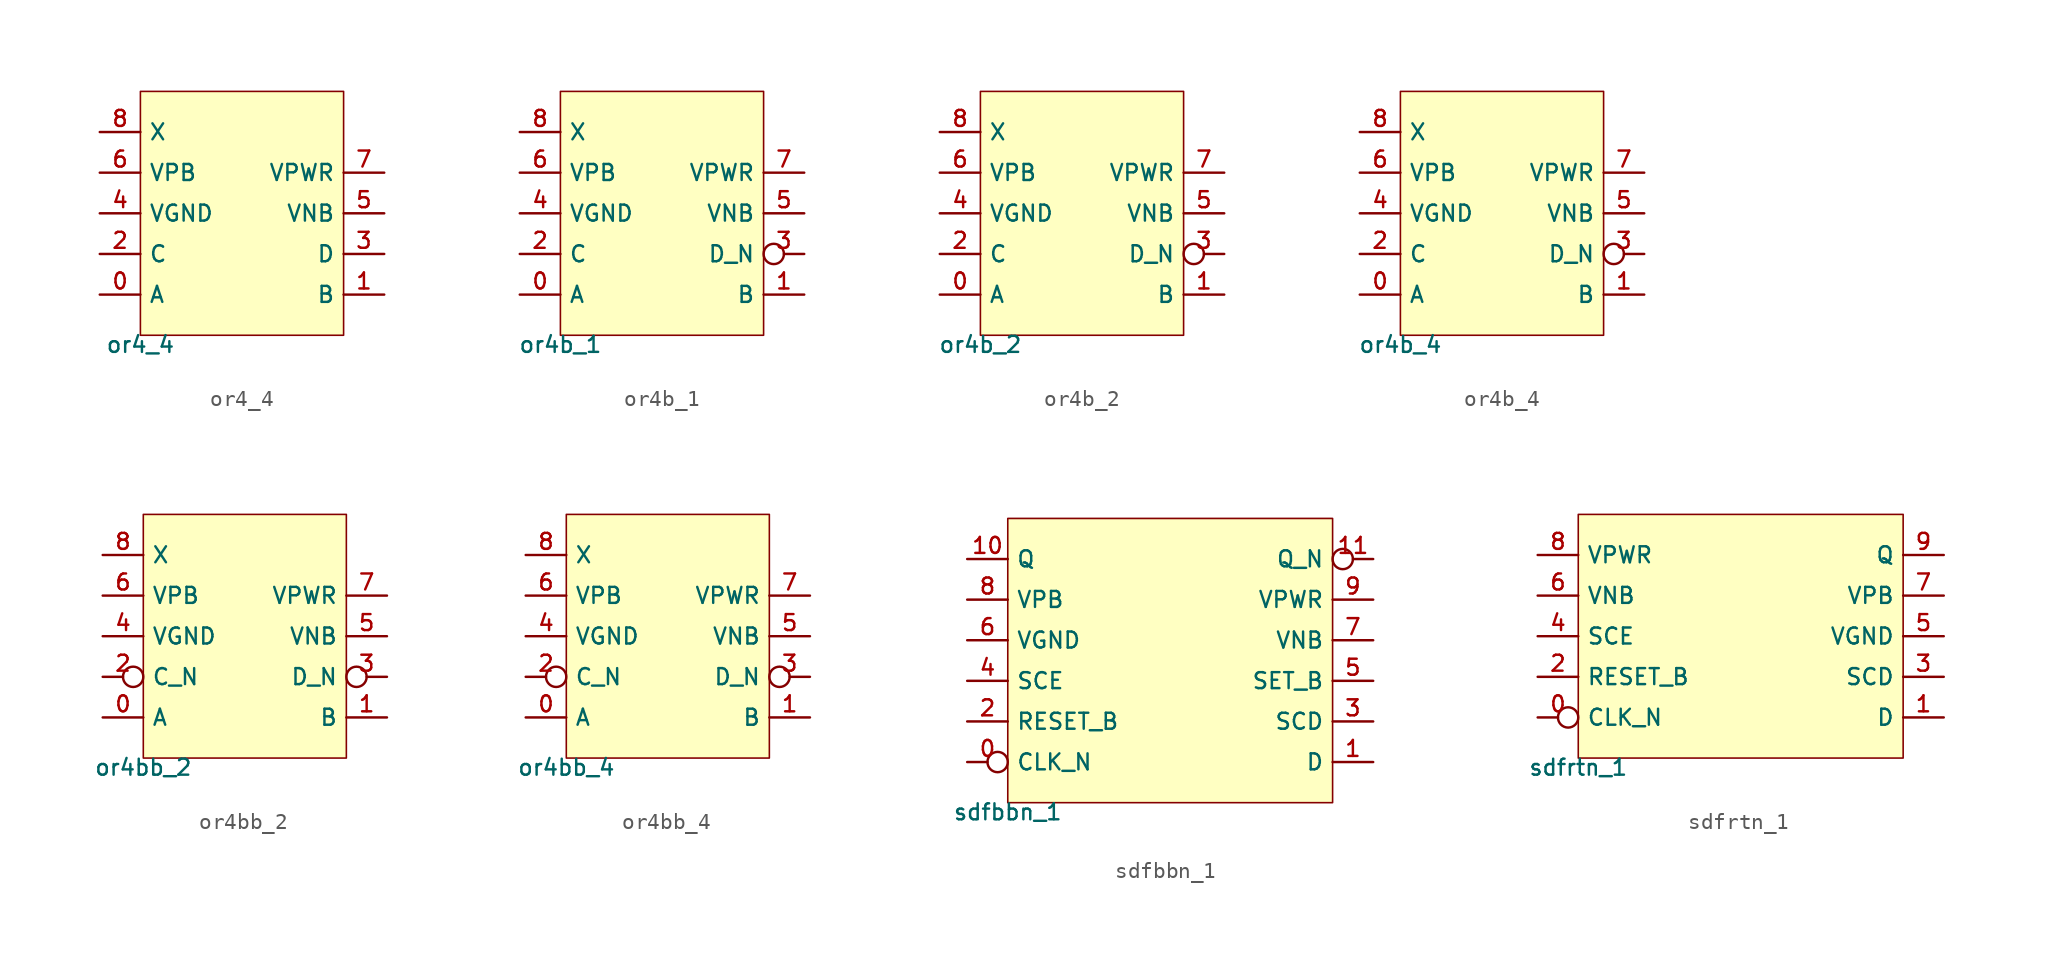
<source format=kicad_sym>
(kicad_symbol_lib
  (version 20211014)
  (generator pdk2kicad)
  (symbol "or4_4"
    (property "Reference" "X"
      (at 0 0 0)
      (effects (font (size 1 1)) hide))
    (property "Value" "or4_4"
      (at -6.35 -7.62 0)
      (effects (font (size 1 1)) (justify top)))
    (rectangle
      (start -6.35 -7.62)
      (end 6.35 7.62)
      (stroke (width 0.1) (type solid) (color 0 0 0 0))
      (fill (type background)))
    (pin bidirectional line
      (at -8.89 -5.08 0)
      (length 2.54)
      (name "A" (effects (font (size 1 1)) hide))
      (number "0" (effects (font (size 1 1)) hide)))
    (pin bidirectional line
      (at 8.89 -5.08 180)
      (length 2.54)
      (name "B" (effects (font (size 1 1)) hide))
      (number "1" (effects (font (size 1 1)) hide)))
    (pin bidirectional line
      (at -8.89 -2.54 0)
      (length 2.54)
      (name "C" (effects (font (size 1 1)) hide))
      (number "2" (effects (font (size 1 1)) hide)))
    (pin bidirectional line
      (at 8.89 -2.54 180)
      (length 2.54)
      (name "D" (effects (font (size 1 1)) hide))
      (number "3" (effects (font (size 1 1)) hide)))
    (pin bidirectional line
      (at -8.89 8.881784197001252e-16 0)
      (length 2.54)
      (name "VGND" (effects (font (size 1 1)) hide))
      (number "4" (effects (font (size 1 1)) hide)))
    (pin bidirectional line
      (at 8.89 8.881784197001252e-16 180)
      (length 2.54)
      (name "VNB" (effects (font (size 1 1)) hide))
      (number "5" (effects (font (size 1 1)) hide)))
    (pin bidirectional line
      (at -8.89 2.54 0)
      (length 2.54)
      (name "VPB" (effects (font (size 1 1)) hide))
      (number "6" (effects (font (size 1 1)) hide)))
    (pin bidirectional line
      (at 8.89 2.54 180)
      (length 2.54)
      (name "VPWR" (effects (font (size 1 1)) hide))
      (number "7" (effects (font (size 1 1)) hide)))
    (pin bidirectional line
      (at -8.89 5.08 0)
      (length 2.54)
      (name "X" (effects (font (size 1 1)) hide))
      (number "8" (effects (font (size 1 1)) hide))))
  (symbol "or4b_1"
    (property "Reference" "X"
      (at 0 0 0)
      (effects (font (size 1 1)) hide))
    (property "Value" "or4b_1"
      (at -6.35 -7.62 0)
      (effects (font (size 1 1)) (justify top)))
    (rectangle
      (start -6.35 -7.62)
      (end 6.35 7.62)
      (stroke (width 0.1) (type solid) (color 0 0 0 0))
      (fill (type background)))
    (pin bidirectional line
      (at -8.89 -5.08 0)
      (length 2.54)
      (name "A" (effects (font (size 1 1)) hide))
      (number "0" (effects (font (size 1 1)) hide)))
    (pin bidirectional line
      (at 8.89 -5.08 180)
      (length 2.54)
      (name "B" (effects (font (size 1 1)) hide))
      (number "1" (effects (font (size 1 1)) hide)))
    (pin bidirectional line
      (at -8.89 -2.54 0)
      (length 2.54)
      (name "C" (effects (font (size 1 1)) hide))
      (number "2" (effects (font (size 1 1)) hide)))
    (pin bidirectional inverted
      (at 8.89 -2.54 180)
      (length 2.54)
      (name "D_N" (effects (font (size 1 1)) hide))
      (number "3" (effects (font (size 1 1)) hide)))
    (pin bidirectional line
      (at -8.89 8.881784197001252e-16 0)
      (length 2.54)
      (name "VGND" (effects (font (size 1 1)) hide))
      (number "4" (effects (font (size 1 1)) hide)))
    (pin bidirectional line
      (at 8.89 8.881784197001252e-16 180)
      (length 2.54)
      (name "VNB" (effects (font (size 1 1)) hide))
      (number "5" (effects (font (size 1 1)) hide)))
    (pin bidirectional line
      (at -8.89 2.54 0)
      (length 2.54)
      (name "VPB" (effects (font (size 1 1)) hide))
      (number "6" (effects (font (size 1 1)) hide)))
    (pin bidirectional line
      (at 8.89 2.54 180)
      (length 2.54)
      (name "VPWR" (effects (font (size 1 1)) hide))
      (number "7" (effects (font (size 1 1)) hide)))
    (pin bidirectional line
      (at -8.89 5.08 0)
      (length 2.54)
      (name "X" (effects (font (size 1 1)) hide))
      (number "8" (effects (font (size 1 1)) hide))))
  (symbol "or4b_2"
    (property "Reference" "X"
      (at 0 0 0)
      (effects (font (size 1 1)) hide))
    (property "Value" "or4b_2"
      (at -6.35 -7.62 0)
      (effects (font (size 1 1)) (justify top)))
    (rectangle
      (start -6.35 -7.62)
      (end 6.35 7.62)
      (stroke (width 0.1) (type solid) (color 0 0 0 0))
      (fill (type background)))
    (pin bidirectional line
      (at -8.89 -5.08 0)
      (length 2.54)
      (name "A" (effects (font (size 1 1)) hide))
      (number "0" (effects (font (size 1 1)) hide)))
    (pin bidirectional line
      (at 8.89 -5.08 180)
      (length 2.54)
      (name "B" (effects (font (size 1 1)) hide))
      (number "1" (effects (font (size 1 1)) hide)))
    (pin bidirectional line
      (at -8.89 -2.54 0)
      (length 2.54)
      (name "C" (effects (font (size 1 1)) hide))
      (number "2" (effects (font (size 1 1)) hide)))
    (pin bidirectional inverted
      (at 8.89 -2.54 180)
      (length 2.54)
      (name "D_N" (effects (font (size 1 1)) hide))
      (number "3" (effects (font (size 1 1)) hide)))
    (pin bidirectional line
      (at -8.89 8.881784197001252e-16 0)
      (length 2.54)
      (name "VGND" (effects (font (size 1 1)) hide))
      (number "4" (effects (font (size 1 1)) hide)))
    (pin bidirectional line
      (at 8.89 8.881784197001252e-16 180)
      (length 2.54)
      (name "VNB" (effects (font (size 1 1)) hide))
      (number "5" (effects (font (size 1 1)) hide)))
    (pin bidirectional line
      (at -8.89 2.54 0)
      (length 2.54)
      (name "VPB" (effects (font (size 1 1)) hide))
      (number "6" (effects (font (size 1 1)) hide)))
    (pin bidirectional line
      (at 8.89 2.54 180)
      (length 2.54)
      (name "VPWR" (effects (font (size 1 1)) hide))
      (number "7" (effects (font (size 1 1)) hide)))
    (pin bidirectional line
      (at -8.89 5.08 0)
      (length 2.54)
      (name "X" (effects (font (size 1 1)) hide))
      (number "8" (effects (font (size 1 1)) hide))))
  (symbol "or4b_4"
    (property "Reference" "X"
      (at 0 0 0)
      (effects (font (size 1 1)) hide))
    (property "Value" "or4b_4"
      (at -6.35 -7.62 0)
      (effects (font (size 1 1)) (justify top)))
    (rectangle
      (start -6.35 -7.62)
      (end 6.35 7.62)
      (stroke (width 0.1) (type solid) (color 0 0 0 0))
      (fill (type background)))
    (pin bidirectional line
      (at -8.89 -5.08 0)
      (length 2.54)
      (name "A" (effects (font (size 1 1)) hide))
      (number "0" (effects (font (size 1 1)) hide)))
    (pin bidirectional line
      (at 8.89 -5.08 180)
      (length 2.54)
      (name "B" (effects (font (size 1 1)) hide))
      (number "1" (effects (font (size 1 1)) hide)))
    (pin bidirectional line
      (at -8.89 -2.54 0)
      (length 2.54)
      (name "C" (effects (font (size 1 1)) hide))
      (number "2" (effects (font (size 1 1)) hide)))
    (pin bidirectional inverted
      (at 8.89 -2.54 180)
      (length 2.54)
      (name "D_N" (effects (font (size 1 1)) hide))
      (number "3" (effects (font (size 1 1)) hide)))
    (pin bidirectional line
      (at -8.89 8.881784197001252e-16 0)
      (length 2.54)
      (name "VGND" (effects (font (size 1 1)) hide))
      (number "4" (effects (font (size 1 1)) hide)))
    (pin bidirectional line
      (at 8.89 8.881784197001252e-16 180)
      (length 2.54)
      (name "VNB" (effects (font (size 1 1)) hide))
      (number "5" (effects (font (size 1 1)) hide)))
    (pin bidirectional line
      (at -8.89 2.54 0)
      (length 2.54)
      (name "VPB" (effects (font (size 1 1)) hide))
      (number "6" (effects (font (size 1 1)) hide)))
    (pin bidirectional line
      (at 8.89 2.54 180)
      (length 2.54)
      (name "VPWR" (effects (font (size 1 1)) hide))
      (number "7" (effects (font (size 1 1)) hide)))
    (pin bidirectional line
      (at -8.89 5.08 0)
      (length 2.54)
      (name "X" (effects (font (size 1 1)) hide))
      (number "8" (effects (font (size 1 1)) hide))))
  (symbol "or4bb_2"
    (property "Reference" "X"
      (at 0 0 0)
      (effects (font (size 1 1)) hide))
    (property "Value" "or4bb_2"
      (at -6.35 -7.62 0)
      (effects (font (size 1 1)) (justify top)))
    (rectangle
      (start -6.35 -7.62)
      (end 6.35 7.62)
      (stroke (width 0.1) (type solid) (color 0 0 0 0))
      (fill (type background)))
    (pin bidirectional line
      (at -8.89 -5.08 0)
      (length 2.54)
      (name "A" (effects (font (size 1 1)) hide))
      (number "0" (effects (font (size 1 1)) hide)))
    (pin bidirectional line
      (at 8.89 -5.08 180)
      (length 2.54)
      (name "B" (effects (font (size 1 1)) hide))
      (number "1" (effects (font (size 1 1)) hide)))
    (pin bidirectional inverted
      (at -8.89 -2.54 0)
      (length 2.54)
      (name "C_N" (effects (font (size 1 1)) hide))
      (number "2" (effects (font (size 1 1)) hide)))
    (pin bidirectional inverted
      (at 8.89 -2.54 180)
      (length 2.54)
      (name "D_N" (effects (font (size 1 1)) hide))
      (number "3" (effects (font (size 1 1)) hide)))
    (pin bidirectional line
      (at -8.89 8.881784197001252e-16 0)
      (length 2.54)
      (name "VGND" (effects (font (size 1 1)) hide))
      (number "4" (effects (font (size 1 1)) hide)))
    (pin bidirectional line
      (at 8.89 8.881784197001252e-16 180)
      (length 2.54)
      (name "VNB" (effects (font (size 1 1)) hide))
      (number "5" (effects (font (size 1 1)) hide)))
    (pin bidirectional line
      (at -8.89 2.54 0)
      (length 2.54)
      (name "VPB" (effects (font (size 1 1)) hide))
      (number "6" (effects (font (size 1 1)) hide)))
    (pin bidirectional line
      (at 8.89 2.54 180)
      (length 2.54)
      (name "VPWR" (effects (font (size 1 1)) hide))
      (number "7" (effects (font (size 1 1)) hide)))
    (pin bidirectional line
      (at -8.89 5.08 0)
      (length 2.54)
      (name "X" (effects (font (size 1 1)) hide))
      (number "8" (effects (font (size 1 1)) hide))))
  (symbol "or4bb_4"
    (property "Reference" "X"
      (at 0 0 0)
      (effects (font (size 1 1)) hide))
    (property "Value" "or4bb_4"
      (at -6.35 -7.62 0)
      (effects (font (size 1 1)) (justify top)))
    (rectangle
      (start -6.35 -7.62)
      (end 6.35 7.62)
      (stroke (width 0.1) (type solid) (color 0 0 0 0))
      (fill (type background)))
    (pin bidirectional line
      (at -8.89 -5.08 0)
      (length 2.54)
      (name "A" (effects (font (size 1 1)) hide))
      (number "0" (effects (font (size 1 1)) hide)))
    (pin bidirectional line
      (at 8.89 -5.08 180)
      (length 2.54)
      (name "B" (effects (font (size 1 1)) hide))
      (number "1" (effects (font (size 1 1)) hide)))
    (pin bidirectional inverted
      (at -8.89 -2.54 0)
      (length 2.54)
      (name "C_N" (effects (font (size 1 1)) hide))
      (number "2" (effects (font (size 1 1)) hide)))
    (pin bidirectional inverted
      (at 8.89 -2.54 180)
      (length 2.54)
      (name "D_N" (effects (font (size 1 1)) hide))
      (number "3" (effects (font (size 1 1)) hide)))
    (pin bidirectional line
      (at -8.89 8.881784197001252e-16 0)
      (length 2.54)
      (name "VGND" (effects (font (size 1 1)) hide))
      (number "4" (effects (font (size 1 1)) hide)))
    (pin bidirectional line
      (at 8.89 8.881784197001252e-16 180)
      (length 2.54)
      (name "VNB" (effects (font (size 1 1)) hide))
      (number "5" (effects (font (size 1 1)) hide)))
    (pin bidirectional line
      (at -8.89 2.54 0)
      (length 2.54)
      (name "VPB" (effects (font (size 1 1)) hide))
      (number "6" (effects (font (size 1 1)) hide)))
    (pin bidirectional line
      (at 8.89 2.54 180)
      (length 2.54)
      (name "VPWR" (effects (font (size 1 1)) hide))
      (number "7" (effects (font (size 1 1)) hide)))
    (pin bidirectional line
      (at -8.89 5.08 0)
      (length 2.54)
      (name "X" (effects (font (size 1 1)) hide))
      (number "8" (effects (font (size 1 1)) hide))))
  (symbol "sdfbbn_1"
    (property "Reference" "X"
      (at 0 0 0)
      (effects (font (size 1 1)) hide))
    (property "Value" "sdfbbn_1"
      (at -10.16 -8.89 0)
      (effects (font (size 1 1)) (justify top)))
    (rectangle
      (start -10.16 -8.89)
      (end 10.16 8.89)
      (stroke (width 0.1) (type solid) (color 0 0 0 0))
      (fill (type background)))
    (pin bidirectional inverted
      (at -12.7 -6.35 0)
      (length 2.54)
      (name "CLK_N" (effects (font (size 1 1)) hide))
      (number "0" (effects (font (size 1 1)) hide)))
    (pin bidirectional line
      (at 12.7 -6.35 180)
      (length 2.54)
      (name "D" (effects (font (size 1 1)) hide))
      (number "1" (effects (font (size 1 1)) hide)))
    (pin bidirectional line
      (at -12.7 -3.81 0)
      (length 2.54)
      (name "RESET_B" (effects (font (size 1 1)) hide))
      (number "2" (effects (font (size 1 1)) hide)))
    (pin bidirectional line
      (at 12.7 -3.81 180)
      (length 2.54)
      (name "SCD" (effects (font (size 1 1)) hide))
      (number "3" (effects (font (size 1 1)) hide)))
    (pin bidirectional line
      (at -12.7 -1.27 0)
      (length 2.54)
      (name "SCE" (effects (font (size 1 1)) hide))
      (number "4" (effects (font (size 1 1)) hide)))
    (pin bidirectional line
      (at 12.7 -1.27 180)
      (length 2.54)
      (name "SET_B" (effects (font (size 1 1)) hide))
      (number "5" (effects (font (size 1 1)) hide)))
    (pin bidirectional line
      (at -12.7 1.27 0)
      (length 2.54)
      (name "VGND" (effects (font (size 1 1)) hide))
      (number "6" (effects (font (size 1 1)) hide)))
    (pin bidirectional line
      (at 12.7 1.27 180)
      (length 2.54)
      (name "VNB" (effects (font (size 1 1)) hide))
      (number "7" (effects (font (size 1 1)) hide)))
    (pin bidirectional line
      (at -12.7 3.81 0)
      (length 2.54)
      (name "VPB" (effects (font (size 1 1)) hide))
      (number "8" (effects (font (size 1 1)) hide)))
    (pin bidirectional line
      (at 12.7 3.81 180)
      (length 2.54)
      (name "VPWR" (effects (font (size 1 1)) hide))
      (number "9" (effects (font (size 1 1)) hide)))
    (pin bidirectional line
      (at -12.7 6.35 0)
      (length 2.54)
      (name "Q" (effects (font (size 1 1)) hide))
      (number "10" (effects (font (size 1 1)) hide)))
    (pin bidirectional inverted
      (at 12.7 6.35 180)
      (length 2.54)
      (name "Q_N" (effects (font (size 1 1)) hide))
      (number "11" (effects (font (size 1 1)) hide))))
  (symbol "sdfrtn_1"
    (property "Reference" "X"
      (at 0 0 0)
      (effects (font (size 1 1)) hide))
    (property "Value" "sdfrtn_1"
      (at -10.16 -7.62 0)
      (effects (font (size 1 1)) (justify top)))
    (rectangle
      (start -10.16 -7.62)
      (end 10.16 7.62)
      (stroke (width 0.1) (type solid) (color 0 0 0 0))
      (fill (type background)))
    (pin bidirectional inverted
      (at -12.7 -5.08 0)
      (length 2.54)
      (name "CLK_N" (effects (font (size 1 1)) hide))
      (number "0" (effects (font (size 1 1)) hide)))
    (pin bidirectional line
      (at 12.7 -5.08 180)
      (length 2.54)
      (name "D" (effects (font (size 1 1)) hide))
      (number "1" (effects (font (size 1 1)) hide)))
    (pin bidirectional line
      (at -12.7 -2.54 0)
      (length 2.54)
      (name "RESET_B" (effects (font (size 1 1)) hide))
      (number "2" (effects (font (size 1 1)) hide)))
    (pin bidirectional line
      (at 12.7 -2.54 180)
      (length 2.54)
      (name "SCD" (effects (font (size 1 1)) hide))
      (number "3" (effects (font (size 1 1)) hide)))
    (pin bidirectional line
      (at -12.7 8.881784197001252e-16 0)
      (length 2.54)
      (name "SCE" (effects (font (size 1 1)) hide))
      (number "4" (effects (font (size 1 1)) hide)))
    (pin bidirectional line
      (at 12.7 8.881784197001252e-16 180)
      (length 2.54)
      (name "VGND" (effects (font (size 1 1)) hide))
      (number "5" (effects (font (size 1 1)) hide)))
    (pin bidirectional line
      (at -12.7 2.54 0)
      (length 2.54)
      (name "VNB" (effects (font (size 1 1)) hide))
      (number "6" (effects (font (size 1 1)) hide)))
    (pin bidirectional line
      (at 12.7 2.54 180)
      (length 2.54)
      (name "VPB" (effects (font (size 1 1)) hide))
      (number "7" (effects (font (size 1 1)) hide)))
    (pin bidirectional line
      (at -12.7 5.08 0)
      (length 2.54)
      (name "VPWR" (effects (font (size 1 1)) hide))
      (number "8" (effects (font (size 1 1)) hide)))
    (pin bidirectional line
      (at 12.7 5.08 180)
      (length 2.54)
      (name "Q" (effects (font (size 1 1)) hide))
      (number "9" (effects (font (size 1 1)) hide)))))
</source>
